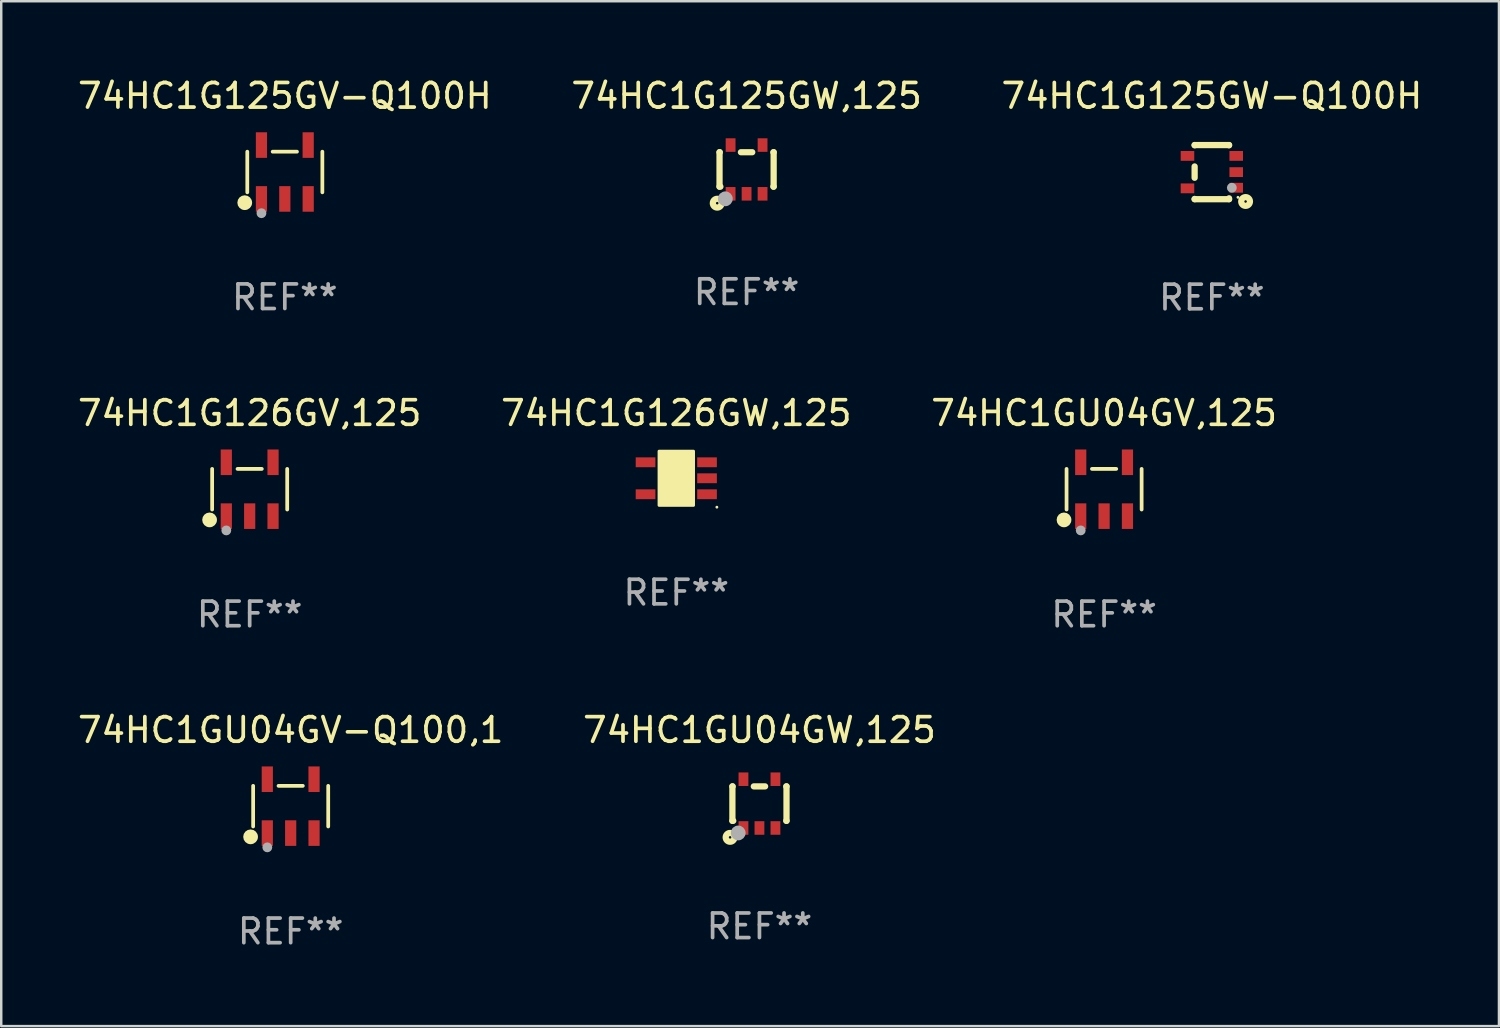
<source format=kicad_pcb>
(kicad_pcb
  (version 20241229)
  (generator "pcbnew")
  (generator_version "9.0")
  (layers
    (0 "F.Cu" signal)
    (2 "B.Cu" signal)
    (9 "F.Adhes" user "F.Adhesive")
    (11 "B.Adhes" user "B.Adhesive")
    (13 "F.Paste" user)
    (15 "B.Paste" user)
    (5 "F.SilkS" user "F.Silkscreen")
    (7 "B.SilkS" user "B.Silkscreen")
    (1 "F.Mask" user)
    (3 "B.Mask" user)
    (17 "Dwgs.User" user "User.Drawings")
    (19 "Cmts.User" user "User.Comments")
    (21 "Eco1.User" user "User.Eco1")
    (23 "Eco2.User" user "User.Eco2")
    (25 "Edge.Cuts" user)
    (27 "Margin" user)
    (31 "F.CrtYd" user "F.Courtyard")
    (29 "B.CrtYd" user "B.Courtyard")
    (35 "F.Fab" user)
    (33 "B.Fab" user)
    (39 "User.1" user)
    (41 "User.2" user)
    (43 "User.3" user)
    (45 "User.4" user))
  (footprint "74HC1G126GV,125"
    (layer "F.Cu")
    (at 7.101 16.84)
    (property "Reference" "74HC1G126GV,125" (at 0 -3.095 0) (layer "F.SilkS") (effects (font (size 1 1) (thickness 0.15))))
    (attr through_hole)
    (fp_line (start -1.526 0.826) (end -1.526 -0.826) (stroke (width 0.152) (type solid)) (layer "F.SilkS"))
    (fp_line (start 0.494 -0.826) (end -0.494 -0.826) (stroke (width 0.152) (type solid)) (layer "F.SilkS"))
    (fp_line (start 1.526 0.826) (end 1.526 -0.826) (stroke (width 0.152) (type solid)) (layer "F.SilkS"))
    (fp_circle (center -1.63 1.247) (end -1.48 1.247) (stroke (width 0.3) (type solid)) (fill no) (layer "F.SilkS"))
    (fp_circle (center -1.45 1.375) (end -1.42 1.375) (stroke (width 0.06) (type solid)) (fill no) (layer "F.SilkS"))
    (fp_circle (center -0.95 1.675) (end -0.85 1.675) (stroke (width 0.2) (type solid)) (fill no) (layer "F.Fab"))
    (fp_text user "REF**" (at 0 5.095 0) (layer "F.Fab") (effects (font (size 1 1) (thickness 0.15))))
    (pad "1" smd rect (at -0.95 1.095) (size 0.455 1.04) (layers "F.Cu" "F.Mask" "F.Paste"))
    (pad "2" smd rect (at 0 1.095) (size 0.455 1.04) (layers "F.Cu" "F.Mask" "F.Paste"))
    (pad "3" smd rect (at 0.95 1.095) (size 0.455 1.04) (layers "F.Cu" "F.Mask" "F.Paste"))
    (pad "4" smd rect (at 0.95 -1.095) (size 0.455 1.04) (layers "F.Cu" "F.Mask" "F.Paste"))
    (pad "5" smd rect (at -0.95 -1.095) (size 0.455 1.04) (layers "F.Cu" "F.Mask" "F.Paste")))
  (footprint "74HC1G125GV-Q100H"
    (layer "F.Cu")
    (at 8.53 3.943)
    (property "Reference" "74HC1G125GV-Q100H" (at 0 -3.095 0) (layer "F.SilkS") (effects (font (size 1 1) (thickness 0.15))))
    (attr through_hole)
    (fp_line (start -1.526 0.826) (end -1.526 -0.826) (stroke (width 0.152) (type solid)) (layer "F.SilkS"))
    (fp_line (start 0.494 -0.826) (end -0.494 -0.826) (stroke (width 0.152) (type solid)) (layer "F.SilkS"))
    (fp_line (start 1.526 0.826) (end 1.526 -0.826) (stroke (width 0.152) (type solid)) (layer "F.SilkS"))
    (fp_circle (center -1.63 1.247) (end -1.48 1.247) (stroke (width 0.3) (type solid)) (fill no) (layer "F.SilkS"))
    (fp_circle (center -1.45 1.375) (end -1.42 1.375) (stroke (width 0.06) (type solid)) (fill no) (layer "F.SilkS"))
    (fp_circle (center -0.95 1.675) (end -0.85 1.675) (stroke (width 0.2) (type solid)) (fill no) (layer "F.Fab"))
    (fp_text user "REF**" (at 0 5.095 0) (layer "F.Fab") (effects (font (size 1 1) (thickness 0.15))))
    (pad "1" smd rect (at -0.95 1.095) (size 0.455 1.04) (layers "F.Cu" "F.Mask" "F.Paste"))
    (pad "2" smd rect (at 0 1.095) (size 0.455 1.04) (layers "F.Cu" "F.Mask" "F.Paste"))
    (pad "3" smd rect (at 0.95 1.095) (size 0.455 1.04) (layers "F.Cu" "F.Mask" "F.Paste"))
    (pad "4" smd rect (at 0.95 -1.095) (size 0.455 1.04) (layers "F.Cu" "F.Mask" "F.Paste"))
    (pad "5" smd rect (at -0.95 -1.095) (size 0.455 1.04) (layers "F.Cu" "F.Mask" "F.Paste")))
  (footprint "74HC1G125GW-Q100H"
    (layer "F.Cu")
    (at 46.22 3.948)
    (property "Reference" "74HC1G125GW-Q100H" (at 0 -3.1 0) (layer "F.SilkS") (effects (font (size 1 1) (thickness 0.15))))
    (attr through_hole)
    (fp_line (start -0.7 -1.1) (end 0.7 -1.1) (stroke (width 0.254) (type solid)) (layer "F.SilkS"))
    (fp_line (start -0.7 -1.09) (end -0.7 -1.1) (stroke (width 0.254) (type solid)) (layer "F.SilkS"))
    (fp_line (start -0.7 0.23) (end -0.7 -0.23) (stroke (width 0.254) (type solid)) (layer "F.SilkS"))
    (fp_line (start -0.7 1.1) (end -0.7 1.09) (stroke (width 0.254) (type solid)) (layer "F.SilkS"))
    (fp_line (start -0.7 1.1) (end 0.7 1.1) (stroke (width 0.254) (type solid)) (layer "F.SilkS"))
    (fp_line (start 0.7 -1.09) (end 0.7 -1.1) (stroke (width 0.254) (type solid)) (layer "F.SilkS"))
    (fp_line (start 0.7 1.1) (end 0.7 1.065) (stroke (width 0.254) (type solid)) (layer "F.SilkS"))
    (fp_circle (center 1.062 1.025) (end 1.092 1.025) (stroke (width 0.06) (type solid)) (fill no) (layer "F.SilkS"))
    (fp_circle (center 1.372 1.194) (end 1.422 1.194) (stroke (width 0.254) (type solid)) (fill no) (layer "F.SilkS"))
    (fp_circle (center 0.813 0.635) (end 0.913 0.635) (stroke (width 0.2) (type solid)) (fill no) (layer "F.Fab"))
    (fp_text user "REF**" (at 0 5.1 0) (layer "F.Fab") (effects (font (size 1 1) (thickness 0.15))))
    (pad "1" smd rect (at 0.991 0.635 270) (size 0.399 0.551) (layers "F.Cu" "F.Mask" "F.Paste"))
    (pad "2" smd rect (at 0.991 0.000051 270) (size 0.399 0.551) (layers "F.Cu" "F.Mask" "F.Paste"))
    (pad "3" smd rect (at 0.991 -0.66 270) (size 0.399 0.551) (layers "F.Cu" "F.Mask" "F.Paste"))
    (pad "4" smd rect (at -0.991 -0.66 270) (size 0.399 0.551) (layers "F.Cu" "F.Mask" "F.Paste"))
    (pad "5" smd rect (at -0.991 0.66 270) (size 0.399 0.551) (layers "F.Cu" "F.Mask" "F.Paste")))
  (footprint "74HC1G126GW,125"
    (layer "F.Cu")
    (at 24.446 16.395)
    (property "Reference" "74HC1G126GW,125" (at 0 -2.65 0) (layer "F.SilkS") (effects (font (size 1 1) (thickness 0.15))))
    (attr through_hole)
    (fp_arc (start 0.381001 0.637541) (mid 0.380995 0.636271) (end 0.381001 0.635001) (stroke (width 0.24892) (type solid)) (layer "F.SilkS"))
    (fp_circle (center 1.65 1.175) (end 1.68 1.175) (stroke (width 0.06) (type solid)) (fill no) (layer "F.SilkS"))
    (fp_poly (pts (xy -0.7 -1.1) (xy 0.7 -1.1) (xy 0.7 1.1) (xy -0.7 1.1)) (stroke (width 0.12) (type solid)) (fill yes) (layer "F.SilkS"))
    (fp_text user "REF**" (at 0 4.65 0) (layer "F.Fab") (effects (font (size 1 1) (thickness 0.15))))
    (pad "1" smd rect (at 1.25 0.65 270) (size 0.4 0.8) (layers "F.Cu" "F.Mask" "F.Paste"))
    (pad "2" smd rect (at 1.25 0 270) (size 0.4 0.8) (layers "F.Cu" "F.Mask" "F.Paste"))
    (pad "3" smd rect (at 1.25 -0.65 270) (size 0.4 0.8) (layers "F.Cu" "F.Mask" "F.Paste"))
    (pad "4" smd rect (at -1.25 -0.65 270) (size 0.4 0.8) (layers "F.Cu" "F.Mask" "F.Paste"))
    (pad "5" smd rect (at -1.25 0.65 270) (size 0.4 0.8) (layers "F.Cu" "F.Mask" "F.Paste")))
  (footprint "74HC1GU04GV-Q100,1"
    (layer "F.Cu")
    (at 8.768 29.726)
    (property "Reference" "74HC1GU04GV-Q100,1" (at 0 -3.095 0) (layer "F.SilkS") (effects (font (size 1 1) (thickness 0.15))))
    (attr through_hole)
    (fp_line (start -1.526 0.826) (end -1.526 -0.826) (stroke (width 0.152) (type solid)) (layer "F.SilkS"))
    (fp_line (start 0.494 -0.826) (end -0.494 -0.826) (stroke (width 0.152) (type solid)) (layer "F.SilkS"))
    (fp_line (start 1.526 0.826) (end 1.526 -0.826) (stroke (width 0.152) (type solid)) (layer "F.SilkS"))
    (fp_circle (center -1.63 1.247) (end -1.48 1.247) (stroke (width 0.3) (type solid)) (fill no) (layer "F.SilkS"))
    (fp_circle (center -1.45 1.375) (end -1.42 1.375) (stroke (width 0.06) (type solid)) (fill no) (layer "F.SilkS"))
    (fp_circle (center -0.95 1.675) (end -0.85 1.675) (stroke (width 0.2) (type solid)) (fill no) (layer "F.Fab"))
    (fp_text user "REF**" (at 0 5.095 0) (layer "F.Fab") (effects (font (size 1 1) (thickness 0.15))))
    (pad "1" smd rect (at -0.95 1.095) (size 0.455 1.04) (layers "F.Cu" "F.Mask" "F.Paste"))
    (pad "2" smd rect (at 0 1.095) (size 0.455 1.04) (layers "F.Cu" "F.Mask" "F.Paste"))
    (pad "3" smd rect (at 0.95 1.095) (size 0.455 1.04) (layers "F.Cu" "F.Mask" "F.Paste"))
    (pad "4" smd rect (at 0.95 -1.095) (size 0.455 1.04) (layers "F.Cu" "F.Mask" "F.Paste"))
    (pad "5" smd rect (at -0.95 -1.095) (size 0.455 1.04) (layers "F.Cu" "F.Mask" "F.Paste")))
  (footprint "74HC1GU04GW,125"
    (layer "F.Cu")
    (at 27.827 29.622)
    (property "Reference" "74HC1GU04GW,125" (at 0 -2.991 0) (layer "F.SilkS") (effects (font (size 1 1) (thickness 0.15))))
    (attr through_hole)
    (fp_line (start -1.1 -0.7) (end -1.1 0.7) (stroke (width 0.254) (type solid)) (layer "F.SilkS"))
    (fp_line (start -1.1 -0.7) (end -1.09 -0.7) (stroke (width 0.254) (type solid)) (layer "F.SilkS"))
    (fp_line (start -1.1 0.7) (end -1.065 0.7) (stroke (width 0.254) (type solid)) (layer "F.SilkS"))
    (fp_line (start -0.23 -0.7) (end 0.23 -0.7) (stroke (width 0.254) (type solid)) (layer "F.SilkS"))
    (fp_line (start 1.09 -0.7) (end 1.1 -0.7) (stroke (width 0.254) (type solid)) (layer "F.SilkS"))
    (fp_line (start 1.09 0.7) (end 1.1 0.7) (stroke (width 0.254) (type solid)) (layer "F.SilkS"))
    (fp_line (start 1.1 -0.7) (end 1.1 0.7) (stroke (width 0.254) (type solid)) (layer "F.SilkS"))
    (fp_circle (center -1.194 1.372) (end -1.143 1.372) (stroke (width 0.254) (type solid)) (fill no) (layer "F.SilkS"))
    (fp_circle (center -1.05 1.063) (end -1.02 1.063) (stroke (width 0.06) (type solid)) (fill no) (layer "F.SilkS"))
    (fp_circle (center -0.864 1.194) (end -0.713 1.194) (stroke (width 0.3) (type solid)) (fill no) (layer "F.Fab"))
    (fp_text user "REF**" (at 0 4.991 0) (layer "F.Fab") (effects (font (size 1 1) (thickness 0.15))))
    (pad "1" smd rect (at -0.65 0.991 180) (size 0.399 0.551) (layers "F.Cu" "F.Mask" "F.Paste"))
    (pad "2" smd rect (at 0 0.991 180) (size 0.399 0.551) (layers "F.Cu" "F.Mask" "F.Paste"))
    (pad "3" smd rect (at 0.65 0.991 180) (size 0.399 0.551) (layers "F.Cu" "F.Mask" "F.Paste"))
    (pad "4" smd rect (at 0.65 -0.991 180) (size 0.399 0.551) (layers "F.Cu" "F.Mask" "F.Paste"))
    (pad "5" smd rect (at -0.65 -0.991 180) (size 0.399 0.551) (layers "F.Cu" "F.Mask" "F.Paste")))
  (footprint "74HC1GU04GV,125"
    (layer "F.Cu")
    (at 41.839 16.84)
    (property "Reference" "74HC1GU04GV,125" (at 0 -3.095 0) (layer "F.SilkS") (effects (font (size 1 1) (thickness 0.15))))
    (attr through_hole)
    (fp_line (start -1.526 0.826) (end -1.526 -0.826) (stroke (width 0.152) (type solid)) (layer "F.SilkS"))
    (fp_line (start 0.494 -0.826) (end -0.494 -0.826) (stroke (width 0.152) (type solid)) (layer "F.SilkS"))
    (fp_line (start 1.526 0.826) (end 1.526 -0.826) (stroke (width 0.152) (type solid)) (layer "F.SilkS"))
    (fp_circle (center -1.63 1.247) (end -1.48 1.247) (stroke (width 0.3) (type solid)) (fill no) (layer "F.SilkS"))
    (fp_circle (center -1.45 1.375) (end -1.42 1.375) (stroke (width 0.06) (type solid)) (fill no) (layer "F.SilkS"))
    (fp_circle (center -0.95 1.675) (end -0.85 1.675) (stroke (width 0.2) (type solid)) (fill no) (layer "F.Fab"))
    (fp_text user "REF**" (at 0 5.095 0) (layer "F.Fab") (effects (font (size 1 1) (thickness 0.15))))
    (pad "1" smd rect (at -0.95 1.095) (size 0.455 1.04) (layers "F.Cu" "F.Mask" "F.Paste"))
    (pad "2" smd rect (at 0 1.095) (size 0.455 1.04) (layers "F.Cu" "F.Mask" "F.Paste"))
    (pad "3" smd rect (at 0.95 1.095) (size 0.455 1.04) (layers "F.Cu" "F.Mask" "F.Paste"))
    (pad "4" smd rect (at 0.95 -1.095) (size 0.455 1.04) (layers "F.Cu" "F.Mask" "F.Paste"))
    (pad "5" smd rect (at -0.95 -1.095) (size 0.455 1.04) (layers "F.Cu" "F.Mask" "F.Paste")))
  (footprint "74HC1G125GW,125"
    (layer "F.Cu")
    (at 27.304 3.839)
    (property "Reference" "74HC1G125GW,125" (at 0 -2.991 0) (layer "F.SilkS") (effects (font (size 1 1) (thickness 0.15))))
    (attr through_hole)
    (fp_line (start -1.1 -0.7) (end -1.1 0.7) (stroke (width 0.254) (type solid)) (layer "F.SilkS"))
    (fp_line (start -1.1 -0.7) (end -1.09 -0.7) (stroke (width 0.254) (type solid)) (layer "F.SilkS"))
    (fp_line (start -1.1 0.7) (end -1.065 0.7) (stroke (width 0.254) (type solid)) (layer "F.SilkS"))
    (fp_line (start -0.23 -0.7) (end 0.23 -0.7) (stroke (width 0.254) (type solid)) (layer "F.SilkS"))
    (fp_line (start 1.09 -0.7) (end 1.1 -0.7) (stroke (width 0.254) (type solid)) (layer "F.SilkS"))
    (fp_line (start 1.09 0.7) (end 1.1 0.7) (stroke (width 0.254) (type solid)) (layer "F.SilkS"))
    (fp_line (start 1.1 -0.7) (end 1.1 0.7) (stroke (width 0.254) (type solid)) (layer "F.SilkS"))
    (fp_circle (center -1.194 1.372) (end -1.143 1.372) (stroke (width 0.254) (type solid)) (fill no) (layer "F.SilkS"))
    (fp_circle (center -1.05 1.063) (end -1.02 1.063) (stroke (width 0.06) (type solid)) (fill no) (layer "F.SilkS"))
    (fp_circle (center -0.864 1.194) (end -0.713 1.194) (stroke (width 0.3) (type solid)) (fill no) (layer "F.Fab"))
    (fp_text user "REF**" (at 0 4.991 0) (layer "F.Fab") (effects (font (size 1 1) (thickness 0.15))))
    (pad "1" smd rect (at -0.65 0.991 180) (size 0.399 0.551) (layers "F.Cu" "F.Mask" "F.Paste"))
    (pad "2" smd rect (at 0 0.991 180) (size 0.399 0.551) (layers "F.Cu" "F.Mask" "F.Paste"))
    (pad "3" smd rect (at 0.65 0.991 180) (size 0.399 0.551) (layers "F.Cu" "F.Mask" "F.Paste"))
    (pad "4" smd rect (at 0.65 -0.991 180) (size 0.399 0.551) (layers "F.Cu" "F.Mask" "F.Paste"))
    (pad "5" smd rect (at -0.65 -0.991 180) (size 0.399 0.551) (layers "F.Cu" "F.Mask" "F.Paste")))
  (gr_rect
    (start -3 -3)
    (end 57.893 38.669)
    (stroke (width 0.1) (type default))
    (fill no)
    (layer "Edge.Cuts")))
</source>
